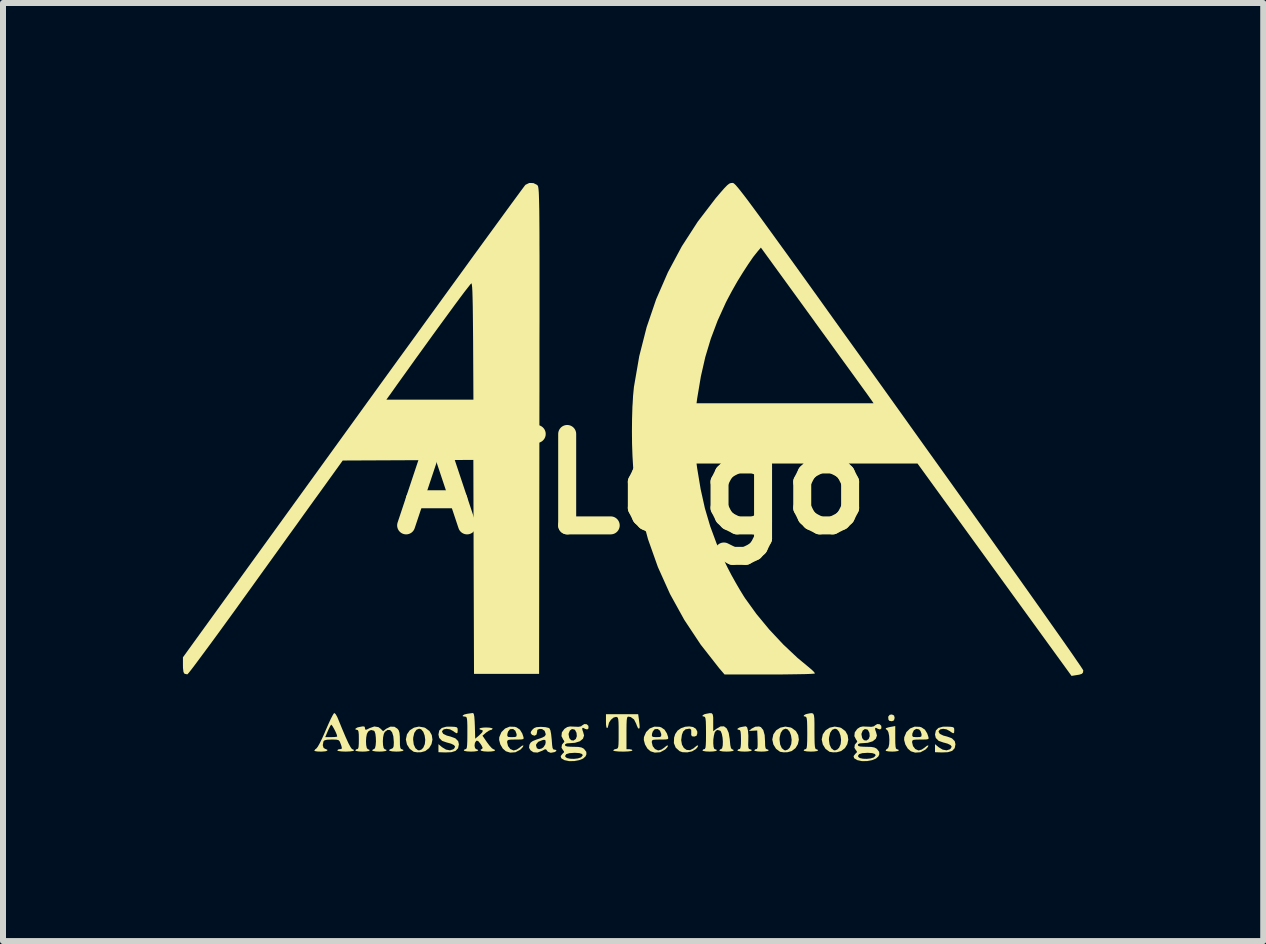
<source format=kicad_pcb>
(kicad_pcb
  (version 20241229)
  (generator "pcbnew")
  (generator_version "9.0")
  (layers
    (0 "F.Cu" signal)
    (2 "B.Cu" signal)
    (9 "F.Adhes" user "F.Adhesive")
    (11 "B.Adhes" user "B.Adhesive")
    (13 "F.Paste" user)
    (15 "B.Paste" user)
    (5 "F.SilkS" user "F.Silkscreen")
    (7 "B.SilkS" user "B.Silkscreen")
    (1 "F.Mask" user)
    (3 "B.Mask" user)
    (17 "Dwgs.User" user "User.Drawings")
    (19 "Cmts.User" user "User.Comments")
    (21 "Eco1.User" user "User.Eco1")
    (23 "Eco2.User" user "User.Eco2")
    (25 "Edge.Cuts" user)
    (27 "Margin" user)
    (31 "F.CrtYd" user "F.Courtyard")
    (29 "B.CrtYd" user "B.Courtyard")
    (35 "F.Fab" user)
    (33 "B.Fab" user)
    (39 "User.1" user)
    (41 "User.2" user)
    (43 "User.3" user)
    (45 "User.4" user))
  (footprint "ATLogo"
    (layer "F.Cu")
    (at 7.495 5.02)
    (property "Reference" "ATLogo" (at 0 0 0) (layer "F.SilkS") (effects (font (size 1.524 1.524) (thickness 0.3))))
    (attr board_only exclude_from_pos_files exclude_from_bom)
    (fp_poly (pts (xy 4.361 3.859) (xy 4.371 3.898) (xy 4.36 3.94) (xy 4.325 3.955) (xy 4.283 3.948) (xy 4.268 3.93) (xy 4.263 3.88) (xy 4.288 3.848) (xy 4.325 3.842)) (stroke (width 0) (type solid)) (fill yes) (layer "F.SilkS"))
    (fp_poly (pts (xy 2.142 4.054) (xy 2.181 4.103) (xy 2.204 4.186) (xy 2.21 4.289) (xy 2.212 4.363) (xy 2.219 4.404) (xy 2.233 4.42) (xy 2.241 4.421) (xy 2.267 4.432) (xy 2.271 4.441) (xy 2.252 4.452) (xy 2.205 4.459) (xy 2.15 4.461) (xy 2.086 4.458) (xy 2.042 4.45) (xy 2.03 4.441) (xy 2.046 4.423) (xy 2.061 4.421) (xy 2.076 4.415) (xy 2.085 4.39) (xy 2.087 4.341) (xy 2.086 4.265) (xy 2.08 4.109) (xy 2.009 4.113) (xy 1.939 4.116) (xy 1.987 4.078) (xy 2.048 4.046) (xy 2.11 4.042)) (stroke (width 0) (type solid)) (fill yes) (layer "F.SilkS"))
    (fp_poly (pts (xy 4.381 4.228) (xy 4.382 4.319) (xy 4.386 4.378) (xy 4.393 4.409) (xy 4.406 4.42) (xy 4.411 4.421) (xy 4.438 4.432) (xy 4.441 4.441) (xy 4.423 4.452) (xy 4.376 4.459) (xy 4.33 4.461) (xy 4.27 4.458) (xy 4.23 4.451) (xy 4.22 4.443) (xy 4.236 4.421) (xy 4.25 4.414) (xy 4.269 4.387) (xy 4.28 4.334) (xy 4.283 4.267) (xy 4.279 4.198) (xy 4.267 4.139) (xy 4.249 4.104) (xy 4.245 4.102) (xy 4.221 4.083) (xy 4.229 4.069) (xy 4.271 4.056) (xy 4.305 4.049) (xy 4.381 4.035)) (stroke (width 0) (type solid)) (fill yes) (layer "F.SilkS"))
    (fp_poly (pts (xy 1.912 4.058) (xy 1.926 4.113) (xy 1.932 4.199) (xy 1.931 4.275) (xy 1.929 4.352) (xy 1.933 4.396) (xy 1.943 4.417) (xy 1.957 4.421) (xy 1.985 4.431) (xy 1.989 4.441) (xy 1.971 4.452) (xy 1.923 4.459) (xy 1.869 4.461) (xy 1.805 4.458) (xy 1.761 4.45) (xy 1.748 4.441) (xy 1.765 4.423) (xy 1.778 4.421) (xy 1.794 4.413) (xy 1.803 4.386) (xy 1.808 4.331) (xy 1.809 4.26) (xy 1.807 4.178) (xy 1.802 4.128) (xy 1.792 4.104) (xy 1.778 4.099) (xy 1.75 4.092) (xy 1.753 4.077) (xy 1.783 4.059) (xy 1.811 4.052) (xy 1.86 4.043) (xy 1.89 4.039) (xy 1.89 4.039)) (stroke (width 0) (type solid)) (fill yes) (layer "F.SilkS"))
    (fp_poly (pts (xy -3.473 4.059) (xy -3.452 4.068) (xy -3.384 4.119) (xy -3.346 4.186) (xy -3.335 4.262) (xy -3.351 4.337) (xy -3.391 4.403) (xy -3.454 4.452) (xy -3.527 4.472) (xy -3.59 4.473) (xy -3.642 4.465) (xy -3.649 4.463) (xy -3.714 4.415) (xy -3.76 4.342) (xy -3.778 4.26) (xy -3.657 4.26) (xy -3.647 4.342) (xy -3.619 4.404) (xy -3.578 4.437) (xy -3.557 4.441) (xy -3.517 4.426) (xy -3.488 4.396) (xy -3.462 4.336) (xy -3.455 4.265) (xy -3.465 4.193) (xy -3.488 4.131) (xy -3.523 4.09) (xy -3.557 4.079) (xy -3.602 4.098) (xy -3.637 4.148) (xy -3.655 4.222) (xy -3.657 4.26) (xy -3.778 4.26) (xy -3.778 4.259) (xy -3.778 4.258) (xy -3.76 4.173) (xy -3.713 4.106) (xy -3.643 4.062) (xy -3.561 4.044)) (stroke (width 0) (type solid)) (fill yes) (layer "F.SilkS"))
    (fp_poly (pts (xy 2.636 4.059) (xy 2.657 4.068) (xy 2.725 4.119) (xy 2.763 4.186) (xy 2.774 4.262) (xy 2.758 4.337) (xy 2.718 4.403) (xy 2.655 4.452) (xy 2.582 4.472) (xy 2.519 4.473) (xy 2.467 4.465) (xy 2.459 4.463) (xy 2.394 4.415) (xy 2.349 4.342) (xy 2.331 4.26) (xy 2.452 4.26) (xy 2.462 4.342) (xy 2.49 4.404) (xy 2.531 4.437) (xy 2.552 4.441) (xy 2.591 4.426) (xy 2.621 4.396) (xy 2.647 4.336) (xy 2.654 4.265) (xy 2.644 4.193) (xy 2.621 4.131) (xy 2.586 4.09) (xy 2.552 4.079) (xy 2.507 4.098) (xy 2.472 4.148) (xy 2.454 4.222) (xy 2.452 4.26) (xy 2.331 4.26) (xy 2.331 4.259) (xy 2.331 4.258) (xy 2.349 4.173) (xy 2.396 4.106) (xy 2.465 4.062) (xy 2.548 4.044)) (stroke (width 0) (type solid)) (fill yes) (layer "F.SilkS"))
    (fp_poly (pts (xy 3.46 4.059) (xy 3.481 4.068) (xy 3.549 4.119) (xy 3.587 4.186) (xy 3.598 4.262) (xy 3.582 4.337) (xy 3.542 4.403) (xy 3.479 4.452) (xy 3.406 4.472) (xy 3.343 4.473) (xy 3.29 4.465) (xy 3.283 4.463) (xy 3.218 4.415) (xy 3.173 4.342) (xy 3.155 4.26) (xy 3.275 4.26) (xy 3.286 4.342) (xy 3.314 4.404) (xy 3.355 4.437) (xy 3.376 4.441) (xy 3.415 4.426) (xy 3.445 4.396) (xy 3.471 4.336) (xy 3.478 4.265) (xy 3.468 4.193) (xy 3.445 4.131) (xy 3.41 4.09) (xy 3.376 4.079) (xy 3.33 4.098) (xy 3.296 4.148) (xy 3.278 4.222) (xy 3.275 4.26) (xy 3.155 4.26) (xy 3.155 4.259) (xy 3.155 4.258) (xy 3.173 4.173) (xy 3.22 4.106) (xy 3.289 4.062) (xy 3.372 4.044)) (stroke (width 0) (type solid)) (fill yes) (layer "F.SilkS"))
    (fp_poly (pts (xy 3.014 3.83) (xy 3.026 3.858) (xy 3.032 3.908) (xy 3.034 3.988) (xy 3.034 4.101) (xy 3.034 4.119) (xy 3.035 4.237) (xy 3.037 4.321) (xy 3.041 4.375) (xy 3.048 4.406) (xy 3.057 4.419) (xy 3.064 4.421) (xy 3.091 4.432) (xy 3.095 4.441) (xy 3.076 4.452) (xy 3.029 4.459) (xy 2.974 4.461) (xy 2.91 4.458) (xy 2.866 4.45) (xy 2.853 4.441) (xy 2.87 4.423) (xy 2.884 4.421) (xy 2.896 4.415) (xy 2.905 4.394) (xy 2.91 4.352) (xy 2.913 4.283) (xy 2.914 4.18) (xy 2.914 4.15) (xy 2.913 4.038) (xy 2.911 3.962) (xy 2.906 3.913) (xy 2.898 3.888) (xy 2.887 3.879) (xy 2.884 3.878) (xy 2.855 3.871) (xy 2.858 3.856) (xy 2.888 3.838) (xy 2.916 3.831) (xy 2.961 3.822) (xy 2.993 3.82)) (stroke (width 0) (type solid)) (fill yes) (layer "F.SilkS"))
    (fp_poly (pts (xy 1.008 4.051) (xy 1.056 4.08) (xy 1.08 4.125) (xy 1.081 4.157) (xy 1.068 4.197) (xy 1.033 4.21) (xy 1.025 4.21) (xy 0.991 4.205) (xy 0.979 4.182) (xy 0.98 4.145) (xy 0.979 4.099) (xy 0.962 4.081) (xy 0.946 4.079) (xy 0.884 4.09) (xy 0.845 4.126) (xy 0.824 4.181) (xy 0.812 4.27) (xy 0.825 4.345) (xy 0.857 4.401) (xy 0.903 4.433) (xy 0.959 4.437) (xy 1.018 4.407) (xy 1.035 4.392) (xy 1.07 4.364) (xy 1.092 4.357) (xy 1.094 4.359) (xy 1.088 4.382) (xy 1.059 4.417) (xy 1.056 4.42) (xy 0.993 4.457) (xy 0.913 4.474) (xy 0.833 4.471) (xy 0.786 4.454) (xy 0.721 4.396) (xy 0.69 4.319) (xy 0.694 4.227) (xy 0.713 4.168) (xy 0.752 4.111) (xy 0.809 4.071) (xy 0.877 4.047) (xy 0.946 4.041)) (stroke (width 0) (type solid)) (fill yes) (layer "F.SilkS"))
    (fp_poly (pts (xy 5.311 4.048) (xy 5.347 4.055) (xy 5.362 4.071) (xy 5.365 4.1) (xy 5.365 4.104) (xy 5.362 4.146) (xy 5.347 4.156) (xy 5.314 4.137) (xy 5.29 4.119) (xy 5.236 4.09) (xy 5.179 4.081) (xy 5.132 4.09) (xy 5.106 4.117) (xy 5.104 4.131) (xy 5.124 4.165) (xy 5.183 4.194) (xy 5.245 4.21) (xy 5.326 4.24) (xy 5.373 4.287) (xy 5.385 4.339) (xy 5.372 4.404) (xy 5.331 4.448) (xy 5.259 4.471) (xy 5.158 4.475) (xy 5.044 4.471) (xy 5.044 4.337) (xy 5.106 4.389) (xy 5.171 4.428) (xy 5.237 4.44) (xy 5.291 4.423) (xy 5.307 4.409) (xy 5.322 4.379) (xy 5.305 4.355) (xy 5.298 4.35) (xy 5.255 4.329) (xy 5.195 4.312) (xy 5.188 4.311) (xy 5.105 4.282) (xy 5.057 4.234) (xy 5.044 4.177) (xy 5.058 4.11) (xy 5.1 4.067) (xy 5.174 4.046) (xy 5.244 4.045)) (stroke (width 0) (type solid)) (fill yes) (layer "F.SilkS"))
    (fp_poly (pts (xy -2.968 4.048) (xy -2.932 4.055) (xy -2.917 4.071) (xy -2.914 4.1) (xy -2.914 4.104) (xy -2.917 4.146) (xy -2.932 4.156) (xy -2.965 4.137) (xy -2.989 4.119) (xy -3.043 4.09) (xy -3.1 4.081) (xy -3.147 4.09) (xy -3.173 4.117) (xy -3.175 4.131) (xy -3.155 4.165) (xy -3.096 4.194) (xy -3.034 4.21) (xy -2.953 4.24) (xy -2.906 4.287) (xy -2.894 4.339) (xy -2.907 4.404) (xy -2.948 4.448) (xy -3.02 4.471) (xy -3.121 4.475) (xy -3.235 4.471) (xy -3.235 4.404) (xy -3.235 4.337) (xy -3.173 4.389) (xy -3.108 4.428) (xy -3.042 4.44) (xy -2.988 4.423) (xy -2.972 4.409) (xy -2.957 4.379) (xy -2.974 4.355) (xy -2.981 4.35) (xy -3.024 4.329) (xy -3.084 4.312) (xy -3.091 4.311) (xy -3.174 4.282) (xy -3.222 4.234) (xy -3.235 4.177) (xy -3.222 4.11) (xy -3.179 4.067) (xy -3.105 4.046) (xy -3.035 4.045)) (stroke (width 0) (type solid)) (fill yes) (layer "F.SilkS"))
    (fp_poly (pts (xy -1.963 4.048) (xy -1.931 4.058) (xy -1.877 4.095) (xy -1.838 4.158) (xy -1.819 4.215) (xy -1.814 4.238) (xy -1.822 4.252) (xy -1.851 4.258) (xy -1.909 4.26) (xy -1.948 4.26) (xy -2.022 4.261) (xy -2.064 4.265) (xy -2.084 4.276) (xy -2.09 4.296) (xy -2.09 4.306) (xy -2.075 4.369) (xy -2.037 4.418) (xy -1.985 4.441) (xy -1.977 4.441) (xy -1.929 4.427) (xy -1.88 4.394) (xy -1.878 4.392) (xy -1.843 4.364) (xy -1.821 4.358) (xy -1.819 4.36) (xy -1.826 4.382) (xy -1.857 4.417) (xy -1.87 4.429) (xy -1.951 4.472) (xy -2.039 4.478) (xy -2.11 4.456) (xy -2.162 4.411) (xy -2.203 4.342) (xy -2.223 4.267) (xy -2.221 4.221) (xy -2.212 4.2) (xy -2.087 4.2) (xy -2.072 4.216) (xy -2.03 4.22) (xy -2.009 4.22) (xy -1.957 4.218) (xy -1.935 4.207) (xy -1.931 4.18) (xy -1.933 4.167) (xy -1.953 4.113) (xy -1.991 4.084) (xy -2.036 4.087) (xy -2.045 4.091) (xy -2.074 4.127) (xy -2.086 4.167) (xy -2.087 4.2) (xy -2.212 4.2) (xy -2.185 4.136) (xy -2.124 4.076) (xy -2.048 4.045)) (stroke (width 0) (type solid)) (fill yes) (layer "F.SilkS"))
    (fp_poly (pts (xy 0.449 4.048) (xy 0.48 4.058) (xy 0.534 4.095) (xy 0.574 4.158) (xy 0.593 4.215) (xy 0.597 4.238) (xy 0.589 4.252) (xy 0.56 4.258) (xy 0.502 4.26) (xy 0.464 4.26) (xy 0.39 4.261) (xy 0.347 4.265) (xy 0.327 4.276) (xy 0.322 4.296) (xy 0.322 4.306) (xy 0.337 4.369) (xy 0.375 4.418) (xy 0.426 4.441) (xy 0.434 4.441) (xy 0.483 4.427) (xy 0.532 4.394) (xy 0.533 4.392) (xy 0.568 4.364) (xy 0.591 4.358) (xy 0.592 4.36) (xy 0.585 4.382) (xy 0.555 4.417) (xy 0.541 4.429) (xy 0.461 4.472) (xy 0.372 4.478) (xy 0.301 4.456) (xy 0.249 4.411) (xy 0.209 4.342) (xy 0.189 4.267) (xy 0.191 4.221) (xy 0.199 4.2) (xy 0.324 4.2) (xy 0.34 4.216) (xy 0.382 4.22) (xy 0.402 4.22) (xy 0.454 4.218) (xy 0.477 4.207) (xy 0.48 4.18) (xy 0.479 4.167) (xy 0.459 4.113) (xy 0.421 4.084) (xy 0.375 4.087) (xy 0.367 4.091) (xy 0.338 4.127) (xy 0.325 4.167) (xy 0.324 4.2) (xy 0.199 4.2) (xy 0.227 4.136) (xy 0.287 4.076) (xy 0.364 4.045)) (stroke (width 0) (type solid)) (fill yes) (layer "F.SilkS"))
    (fp_poly (pts (xy 4.789 4.048) (xy 4.82 4.058) (xy 4.875 4.095) (xy 4.914 4.158) (xy 4.933 4.215) (xy 4.938 4.238) (xy 4.93 4.252) (xy 4.901 4.258) (xy 4.843 4.26) (xy 4.804 4.26) (xy 4.73 4.261) (xy 4.687 4.265) (xy 4.668 4.276) (xy 4.662 4.296) (xy 4.662 4.306) (xy 4.677 4.369) (xy 4.715 4.418) (xy 4.766 4.441) (xy 4.775 4.441) (xy 4.823 4.427) (xy 4.872 4.394) (xy 4.874 4.392) (xy 4.909 4.364) (xy 4.931 4.358) (xy 4.933 4.36) (xy 4.926 4.382) (xy 4.895 4.417) (xy 4.882 4.429) (xy 4.801 4.472) (xy 4.713 4.478) (xy 4.642 4.456) (xy 4.59 4.411) (xy 4.549 4.342) (xy 4.529 4.267) (xy 4.531 4.221) (xy 4.54 4.2) (xy 4.665 4.2) (xy 4.68 4.216) (xy 4.722 4.22) (xy 4.742 4.22) (xy 4.795 4.218) (xy 4.817 4.207) (xy 4.82 4.18) (xy 4.819 4.167) (xy 4.802 4.118) (xy 4.778 4.091) (xy 4.732 4.082) (xy 4.692 4.105) (xy 4.668 4.155) (xy 4.666 4.167) (xy 4.665 4.2) (xy 4.54 4.2) (xy 4.567 4.136) (xy 4.628 4.076) (xy 4.704 4.045)) (stroke (width 0) (type solid)) (fill yes) (layer "F.SilkS"))
    (fp_poly (pts (xy 0.108 3.931) (xy 0.117 4.009) (xy 0.12 4.054) (xy 0.114 4.075) (xy 0.104 4.079) (xy 0.088 4.062) (xy 0.069 4.018) (xy 0.063 3.999) (xy 0.026 3.925) (xy -0.029 3.885) (xy -0.069 3.878) (xy -0.082 3.883) (xy -0.091 3.902) (xy -0.096 3.941) (xy -0.099 4.006) (xy -0.1 4.102) (xy -0.1 4.15) (xy -0.1 4.421) (xy -0.05 4.421) (xy -0.012 4.428) (xy 0 4.441) (xy -0.019 4.451) (xy -0.07 4.458) (xy -0.146 4.461) (xy -0.161 4.461) (xy -0.235 4.459) (xy -0.292 4.453) (xy -0.32 4.445) (xy -0.322 4.442) (xy -0.304 4.425) (xy -0.276 4.417) (xy -0.258 4.413) (xy -0.245 4.402) (xy -0.237 4.379) (xy -0.233 4.335) (xy -0.231 4.265) (xy -0.231 4.163) (xy -0.231 4.15) (xy -0.231 4.043) (xy -0.233 3.97) (xy -0.237 3.924) (xy -0.244 3.898) (xy -0.256 3.887) (xy -0.274 3.882) (xy -0.274 3.882) (xy -0.316 3.894) (xy -0.36 3.931) (xy -0.392 3.98) (xy -0.402 4.021) (xy -0.412 4.058) (xy -0.422 4.069) (xy -0.434 4.059) (xy -0.441 4.012) (xy -0.442 3.96) (xy -0.442 3.838) (xy 0.095 3.838)) (stroke (width 0) (type solid)) (fill yes) (layer "F.SilkS"))
    (fp_poly (pts (xy -1.449 4.054) (xy -1.398 4.066) (xy -1.383 4.075) (xy -1.368 4.108) (xy -1.356 4.172) (xy -1.347 4.256) (xy -1.346 4.266) (xy -1.34 4.348) (xy -1.333 4.398) (xy -1.322 4.422) (xy -1.305 4.428) (xy -1.301 4.428) (xy -1.27 4.435) (xy -1.272 4.453) (xy -1.298 4.469) (xy -1.363 4.481) (xy -1.411 4.463) (xy -1.424 4.446) (xy -1.44 4.424) (xy -1.461 4.423) (xy -1.5 4.444) (xy -1.504 4.446) (xy -1.583 4.477) (xy -1.652 4.472) (xy -1.699 4.44) (xy -1.724 4.399) (xy -1.72 4.36) (xy -1.608 4.36) (xy -1.594 4.405) (xy -1.559 4.421) (xy -1.511 4.408) (xy -1.484 4.388) (xy -1.454 4.342) (xy -1.447 4.305) (xy -1.452 4.271) (xy -1.474 4.264) (xy -1.502 4.27) (xy -1.572 4.298) (xy -1.605 4.339) (xy -1.608 4.36) (xy -1.72 4.36) (xy -1.719 4.35) (xy -1.717 4.345) (xy -1.698 4.311) (xy -1.664 4.286) (xy -1.603 4.261) (xy -1.572 4.251) (xy -1.503 4.227) (xy -1.464 4.206) (xy -1.448 4.182) (xy -1.447 4.168) (xy -1.464 4.115) (xy -1.508 4.085) (xy -1.551 4.083) (xy -1.586 4.098) (xy -1.591 4.135) (xy -1.6 4.177) (xy -1.631 4.196) (xy -1.671 4.184) (xy -1.68 4.176) (xy -1.698 4.151) (xy -1.69 4.124) (xy -1.671 4.098) (xy -1.64 4.069) (xy -1.601 4.054) (xy -1.539 4.049) (xy -1.52 4.049)) (stroke (width 0) (type solid)) (fill yes) (layer "F.SilkS"))
    (fp_poly (pts (xy 1.322 3.822) (xy 1.339 3.844) (xy 1.346 3.892) (xy 1.346 3.97) (xy 1.346 4.122) (xy 1.399 4.081) (xy 1.469 4.041) (xy 1.526 4.04) (xy 1.572 4.076) (xy 1.604 4.148) (xy 1.622 4.255) (xy 1.623 4.27) (xy 1.631 4.354) (xy 1.642 4.402) (xy 1.657 4.42) (xy 1.66 4.421) (xy 1.685 4.433) (xy 1.688 4.441) (xy 1.67 4.452) (xy 1.622 4.459) (xy 1.567 4.461) (xy 1.503 4.458) (xy 1.46 4.45) (xy 1.447 4.441) (xy 1.463 4.423) (xy 1.478 4.421) (xy 1.495 4.403) (xy 1.505 4.358) (xy 1.507 4.295) (xy 1.502 4.228) (xy 1.49 4.167) (xy 1.473 4.124) (xy 1.462 4.112) (xy 1.418 4.1) (xy 1.392 4.112) (xy 1.371 4.141) (xy 1.357 4.195) (xy 1.348 4.26) (xy 1.347 4.326) (xy 1.352 4.382) (xy 1.365 4.416) (xy 1.376 4.421) (xy 1.403 4.431) (xy 1.407 4.441) (xy 1.388 4.452) (xy 1.341 4.459) (xy 1.286 4.461) (xy 1.222 4.458) (xy 1.178 4.45) (xy 1.166 4.441) (xy 1.182 4.423) (xy 1.196 4.421) (xy 1.208 4.415) (xy 1.217 4.394) (xy 1.222 4.352) (xy 1.225 4.283) (xy 1.226 4.18) (xy 1.226 4.15) (xy 1.225 4.038) (xy 1.223 3.962) (xy 1.218 3.913) (xy 1.21 3.888) (xy 1.199 3.879) (xy 1.196 3.878) (xy 1.167 3.871) (xy 1.17 3.856) (xy 1.2 3.838) (xy 1.228 3.831) (xy 1.287 3.82)) (stroke (width 0) (type solid)) (fill yes) (layer "F.SilkS"))
    (fp_poly (pts (xy -4.95 3.835) (xy -4.925 3.878) (xy -4.914 3.903) (xy -4.841 4.081) (xy -4.782 4.22) (xy -4.735 4.323) (xy -4.699 4.389) (xy -4.676 4.419) (xy -4.67 4.421) (xy -4.645 4.432) (xy -4.642 4.441) (xy -4.661 4.451) (xy -4.71 4.458) (xy -4.782 4.461) (xy -4.783 4.461) (xy -4.855 4.458) (xy -4.905 4.451) (xy -4.923 4.441) (xy -4.923 4.441) (xy -4.906 4.425) (xy -4.883 4.421) (xy -4.854 4.418) (xy -4.845 4.403) (xy -4.853 4.366) (xy -4.867 4.327) (xy -4.882 4.29) (xy -4.901 4.27) (xy -4.935 4.262) (xy -4.996 4.26) (xy -5.016 4.26) (xy -5.09 4.263) (xy -5.132 4.272) (xy -5.152 4.29) (xy -5.152 4.292) (xy -5.164 4.354) (xy -5.15 4.399) (xy -5.124 4.415) (xy -5.088 4.43) (xy -5.088 4.445) (xy -5.12 4.456) (xy -5.181 4.461) (xy -5.195 4.461) (xy -5.255 4.459) (xy -5.295 4.452) (xy -5.305 4.446) (xy -5.29 4.424) (xy -5.268 4.407) (xy -5.248 4.381) (xy -5.216 4.325) (xy -5.177 4.246) (xy -5.165 4.22) (xy -5.123 4.22) (xy -5.023 4.22) (xy -4.966 4.218) (xy -4.93 4.213) (xy -4.923 4.209) (xy -4.931 4.176) (xy -4.951 4.129) (xy -4.977 4.078) (xy -5.002 4.035) (xy -5.021 4.013) (xy -5.025 4.013) (xy -5.042 4.04) (xy -5.067 4.09) (xy -5.082 4.124) (xy -5.123 4.22) (xy -5.165 4.22) (xy -5.134 4.151) (xy -5.113 4.101) (xy -5.07 4.003) (xy -5.032 3.92) (xy -5 3.858) (xy -4.978 3.823) (xy -4.971 3.818)) (stroke (width 0) (type solid)) (fill yes) (layer "F.SilkS"))
    (fp_poly (pts (xy -2.646 3.833) (xy -2.637 3.878) (xy -2.631 3.959) (xy -2.628 4.032) (xy -2.622 4.246) (xy -2.557 4.191) (xy -2.508 4.143) (xy -2.493 4.113) (xy -2.514 4.1) (xy -2.522 4.099) (xy -2.549 4.089) (xy -2.552 4.079) (xy -2.534 4.068) (xy -2.487 4.061) (xy -2.442 4.059) (xy -2.381 4.062) (xy -2.341 4.071) (xy -2.331 4.079) (xy -2.347 4.097) (xy -2.36 4.099) (xy -2.394 4.112) (xy -2.438 4.142) (xy -2.445 4.148) (xy -2.501 4.196) (xy -2.424 4.308) (xy -2.381 4.365) (xy -2.343 4.406) (xy -2.319 4.421) (xy -2.293 4.433) (xy -2.291 4.441) (xy -2.309 4.452) (xy -2.357 4.459) (xy -2.411 4.461) (xy -2.479 4.457) (xy -2.522 4.447) (xy -2.535 4.433) (xy -2.513 4.418) (xy -2.507 4.416) (xy -2.498 4.398) (xy -2.517 4.357) (xy -2.532 4.335) (xy -2.567 4.29) (xy -2.593 4.278) (xy -2.607 4.284) (xy -2.627 4.317) (xy -2.633 4.362) (xy -2.625 4.402) (xy -2.605 4.421) (xy -2.602 4.421) (xy -2.576 4.432) (xy -2.572 4.441) (xy -2.59 4.452) (xy -2.638 4.459) (xy -2.693 4.461) (xy -2.757 4.458) (xy -2.8 4.45) (xy -2.813 4.441) (xy -2.797 4.423) (xy -2.783 4.421) (xy -2.771 4.415) (xy -2.762 4.394) (xy -2.757 4.352) (xy -2.754 4.283) (xy -2.753 4.18) (xy -2.753 4.15) (xy -2.753 4.041) (xy -2.755 3.965) (xy -2.759 3.918) (xy -2.766 3.892) (xy -2.776 3.881) (xy -2.792 3.878) (xy -2.793 3.878) (xy -2.829 3.872) (xy -2.83 3.859) (xy -2.803 3.842) (xy -2.758 3.831) (xy -2.702 3.823) (xy -2.662 3.818) (xy -2.658 3.818)) (stroke (width 0) (type solid)) (fill yes) (layer "F.SilkS"))
    (fp_poly (pts (xy -0.762 4.005) (xy -0.735 4.032) (xy -0.733 4.073) (xy -0.755 4.092) (xy -0.791 4.082) (xy -0.793 4.08) (xy -0.826 4.063) (xy -0.84 4.077) (xy -0.83 4.116) (xy -0.824 4.129) (xy -0.807 4.193) (xy -0.826 4.247) (xy -0.878 4.289) (xy -0.958 4.314) (xy -1.036 4.32) (xy -1.095 4.324) (xy -1.122 4.338) (xy -1.125 4.351) (xy -1.117 4.367) (xy -1.087 4.376) (xy -1.029 4.38) (xy -0.985 4.381) (xy -0.904 4.383) (xy -0.852 4.392) (xy -0.817 4.409) (xy -0.804 4.421) (xy -0.77 4.465) (xy -0.768 4.506) (xy -0.783 4.541) (xy -0.823 4.577) (xy -0.89 4.604) (xy -0.972 4.619) (xy -1.056 4.62) (xy -1.132 4.604) (xy -1.138 4.602) (xy -1.187 4.572) (xy -1.197 4.537) (xy -1.192 4.53) (xy -1.122 4.53) (xy -1.119 4.549) (xy -1.092 4.569) (xy -1.04 4.58) (xy -0.975 4.582) (xy -0.911 4.575) (xy -0.862 4.559) (xy -0.855 4.555) (xy -0.829 4.524) (xy -0.84 4.501) (xy -0.887 4.486) (xy -0.961 4.481) (xy -1.051 4.487) (xy -1.104 4.503) (xy -1.122 4.53) (xy -1.192 4.53) (xy -1.169 4.5) (xy -1.141 4.472) (xy -1.144 4.452) (xy -1.156 4.441) (xy -1.183 4.396) (xy -1.176 4.346) (xy -1.155 4.32) (xy -1.135 4.297) (xy -1.145 4.272) (xy -1.155 4.261) (xy -1.184 4.203) (xy -1.181 4.178) (xy -1.065 4.178) (xy -1.053 4.236) (xy -1.023 4.271) (xy -0.983 4.277) (xy -0.945 4.251) (xy -0.928 4.204) (xy -0.933 4.148) (xy -0.957 4.102) (xy -0.968 4.093) (xy -1.009 4.085) (xy -1.044 4.11) (xy -1.064 4.159) (xy -1.065 4.178) (xy -1.181 4.178) (xy -1.177 4.14) (xy -1.136 4.084) (xy -1.13 4.079) (xy -1.088 4.052) (xy -1.042 4.042) (xy -0.974 4.045) (xy -0.971 4.045) (xy -0.899 4.048) (xy -0.856 4.039) (xy -0.843 4.027) (xy -0.803 4.002)) (stroke (width 0) (type solid)) (fill yes) (layer "F.SilkS"))
    (fp_poly (pts (xy 4.122 4.005) (xy 4.148 4.032) (xy 4.15 4.073) (xy 4.128 4.092) (xy 4.092 4.082) (xy 4.09 4.08) (xy 4.057 4.063) (xy 4.043 4.077) (xy 4.053 4.116) (xy 4.059 4.129) (xy 4.076 4.193) (xy 4.057 4.247) (xy 4.005 4.289) (xy 3.925 4.314) (xy 3.847 4.32) (xy 3.788 4.324) (xy 3.761 4.338) (xy 3.758 4.351) (xy 3.766 4.367) (xy 3.796 4.376) (xy 3.854 4.38) (xy 3.898 4.381) (xy 3.979 4.383) (xy 4.031 4.392) (xy 4.066 4.409) (xy 4.079 4.421) (xy 4.113 4.465) (xy 4.115 4.506) (xy 4.1 4.541) (xy 4.06 4.577) (xy 3.993 4.604) (xy 3.911 4.619) (xy 3.827 4.62) (xy 3.751 4.604) (xy 3.745 4.602) (xy 3.696 4.572) (xy 3.686 4.537) (xy 3.691 4.53) (xy 3.761 4.53) (xy 3.764 4.549) (xy 3.791 4.569) (xy 3.843 4.58) (xy 3.908 4.582) (xy 3.972 4.575) (xy 4.021 4.559) (xy 4.028 4.555) (xy 4.055 4.524) (xy 4.043 4.501) (xy 3.996 4.486) (xy 3.922 4.481) (xy 3.832 4.487) (xy 3.779 4.503) (xy 3.761 4.53) (xy 3.691 4.53) (xy 3.714 4.5) (xy 3.742 4.472) (xy 3.739 4.452) (xy 3.727 4.441) (xy 3.7 4.396) (xy 3.707 4.346) (xy 3.728 4.32) (xy 3.748 4.297) (xy 3.738 4.272) (xy 3.728 4.261) (xy 3.699 4.203) (xy 3.702 4.178) (xy 3.818 4.178) (xy 3.83 4.236) (xy 3.86 4.271) (xy 3.9 4.277) (xy 3.938 4.251) (xy 3.955 4.204) (xy 3.95 4.148) (xy 3.926 4.102) (xy 3.915 4.093) (xy 3.874 4.085) (xy 3.839 4.11) (xy 3.819 4.159) (xy 3.818 4.178) (xy 3.702 4.178) (xy 3.706 4.14) (xy 3.747 4.084) (xy 3.753 4.079) (xy 3.795 4.052) (xy 3.841 4.042) (xy 3.909 4.045) (xy 3.912 4.045) (xy 3.984 4.048) (xy 4.027 4.039) (xy 4.04 4.027) (xy 4.08 4.002)) (stroke (width 0) (type solid)) (fill yes) (layer "F.SilkS"))
    (fp_poly (pts (xy -4.472 4.042) (xy -4.462 4.056) (xy -4.461 4.069) (xy -4.455 4.094) (xy -4.431 4.094) (xy -4.383 4.07) (xy -4.381 4.069) (xy -4.304 4.042) (xy -4.236 4.053) (xy -4.199 4.08) (xy -4.158 4.121) (xy -4.106 4.08) (xy -4.036 4.045) (xy -3.969 4.047) (xy -3.919 4.079) (xy -3.897 4.108) (xy -3.885 4.148) (xy -3.879 4.211) (xy -3.878 4.27) (xy -3.877 4.35) (xy -3.871 4.396) (xy -3.86 4.417) (xy -3.848 4.421) (xy -3.821 4.432) (xy -3.818 4.441) (xy -3.836 4.452) (xy -3.884 4.459) (xy -3.939 4.461) (xy -4.008 4.457) (xy -4.049 4.448) (xy -4.06 4.435) (xy -4.034 4.42) (xy -4.019 4.415) (xy -3.994 4.402) (xy -3.982 4.372) (xy -3.979 4.314) (xy -3.979 4.304) (xy -3.987 4.206) (xy -4.008 4.138) (xy -4.041 4.102) (xy -4.084 4.1) (xy -4.128 4.131) (xy -4.146 4.167) (xy -4.158 4.223) (xy -4.162 4.289) (xy -4.159 4.351) (xy -4.149 4.399) (xy -4.132 4.421) (xy -4.13 4.421) (xy -4.103 4.432) (xy -4.099 4.441) (xy -4.118 4.452) (xy -4.165 4.459) (xy -4.22 4.461) (xy -4.284 4.458) (xy -4.328 4.45) (xy -4.341 4.441) (xy -4.324 4.423) (xy -4.31 4.421) (xy -4.293 4.403) (xy -4.282 4.357) (xy -4.277 4.294) (xy -4.279 4.227) (xy -4.286 4.166) (xy -4.3 4.124) (xy -4.312 4.112) (xy -4.358 4.101) (xy -4.393 4.116) (xy -4.409 4.131) (xy -4.428 4.167) (xy -4.439 4.223) (xy -4.443 4.289) (xy -4.44 4.351) (xy -4.43 4.399) (xy -4.413 4.421) (xy -4.411 4.421) (xy -4.384 4.432) (xy -4.381 4.441) (xy -4.399 4.452) (xy -4.447 4.459) (xy -4.501 4.461) (xy -4.565 4.458) (xy -4.609 4.45) (xy -4.622 4.441) (xy -4.606 4.423) (xy -4.592 4.421) (xy -4.576 4.413) (xy -4.567 4.386) (xy -4.563 4.331) (xy -4.562 4.26) (xy -4.563 4.178) (xy -4.568 4.128) (xy -4.578 4.104) (xy -4.592 4.099) (xy -4.62 4.092) (xy -4.617 4.077) (xy -4.587 4.059) (xy -4.559 4.052) (xy -4.501 4.041)) (stroke (width 0) (type solid)) (fill yes) (layer "F.SilkS"))
    (fp_poly (pts (xy -1.653 -5.018) (xy -1.592 -4.988) (xy -1.587 -4.983) (xy -1.583 -4.978) (xy -1.578 -4.972) (xy -1.574 -4.962) (xy -1.571 -4.948) (xy -1.568 -4.927) (xy -1.565 -4.898) (xy -1.562 -4.859) (xy -1.56 -4.809) (xy -1.558 -4.746) (xy -1.556 -4.668) (xy -1.554 -4.574) (xy -1.553 -4.462) (xy -1.552 -4.331) (xy -1.551 -4.178) (xy -1.551 -4.002) (xy -1.55 -3.802) (xy -1.55 -3.575) (xy -1.55 -3.321) (xy -1.55 -3.037) (xy -1.55 -2.722) (xy -1.551 -2.374) (xy -1.551 -1.991) (xy -1.551 -1.573) (xy -1.552 -1.116) (xy -1.552 -0.889) (xy -1.557 3.165) (xy -2.642 3.165) (xy -2.648 1.381) (xy -2.653 -0.402) (xy -3.742 -0.397) (xy -4.831 -0.392) (xy -5.2 0.121) (xy -5.274 0.223) (xy -5.368 0.353) (xy -5.48 0.509) (xy -5.606 0.685) (xy -5.745 0.877) (xy -5.892 1.082) (xy -6.046 1.296) (xy -6.204 1.515) (xy -6.361 1.734) (xy -6.484 1.904) (xy -6.628 2.105) (xy -6.766 2.295) (xy -6.896 2.474) (xy -7.016 2.638) (xy -7.124 2.784) (xy -7.218 2.911) (xy -7.296 3.016) (xy -7.357 3.096) (xy -7.399 3.149) (xy -7.42 3.172) (xy -7.422 3.173) (xy -7.462 3.165) (xy -7.47 3.162) (xy -7.486 3.134) (xy -7.494 3.069) (xy -7.495 3.021) (xy -7.495 2.889) (xy -4.66 -1.032) (xy -4.403 -1.388) (xy -4.389 -1.407) (xy -4.103 -1.407) (xy -2.652 -1.407) (xy -2.657 -2.376) (xy -2.659 -2.613) (xy -2.661 -2.813) (xy -2.663 -2.976) (xy -2.666 -3.107) (xy -2.669 -3.207) (xy -2.673 -3.278) (xy -2.678 -3.323) (xy -2.683 -3.344) (xy -2.686 -3.346) (xy -2.702 -3.33) (xy -2.739 -3.283) (xy -2.797 -3.209) (xy -2.872 -3.109) (xy -2.964 -2.985) (xy -3.07 -2.84) (xy -3.19 -2.676) (xy -3.321 -2.496) (xy -3.461 -2.302) (xy -3.61 -2.096) (xy -3.764 -1.881) (xy -3.924 -1.658) (xy -4.006 -1.542) (xy -4.103 -1.407) (xy -4.389 -1.407) (xy -4.152 -1.735) (xy -3.908 -2.072) (xy -3.671 -2.398) (xy -3.444 -2.712) (xy -3.227 -3.011) (xy -3.021 -3.295) (xy -2.827 -3.562) (xy -2.647 -3.811) (xy -2.48 -4.04) (xy -2.329 -4.247) (xy -2.194 -4.432) (xy -2.076 -4.594) (xy -1.977 -4.729) (xy -1.897 -4.838) (xy -1.838 -4.918) (xy -1.8 -4.969) (xy -1.784 -4.989) (xy -1.784 -4.989) (xy -1.722 -5.019)) (stroke (width 0) (type solid)) (fill yes) (layer "F.SilkS"))
    (fp_poly (pts (xy 1.673 -5.02) (xy 1.681 -5.018) (xy 1.691 -5.011) (xy 1.704 -5) (xy 1.722 -4.983) (xy 1.744 -4.957) (xy 1.772 -4.924) (xy 1.807 -4.88) (xy 1.85 -4.825) (xy 1.901 -4.758) (xy 1.961 -4.678) (xy 2.031 -4.583) (xy 2.113 -4.472) (xy 2.206 -4.344) (xy 2.312 -4.198) (xy 2.432 -4.032) (xy 2.567 -3.846) (xy 2.717 -3.638) (xy 2.883 -3.407) (xy 3.066 -3.152) (xy 3.267 -2.871) (xy 3.487 -2.564) (xy 3.727 -2.23) (xy 3.988 -1.866) (xy 4.27 -1.472) (xy 4.574 -1.047) (xy 4.625 -0.975) (xy 4.929 -0.55) (xy 5.22 -0.144) (xy 5.496 0.243) (xy 5.757 0.609) (xy 6.003 0.954) (xy 6.232 1.277) (xy 6.445 1.576) (xy 6.64 1.851) (xy 6.818 2.102) (xy 6.976 2.327) (xy 7.116 2.525) (xy 7.236 2.696) (xy 7.335 2.838) (xy 7.413 2.952) (xy 7.47 3.035) (xy 7.504 3.087) (xy 7.516 3.108) (xy 7.511 3.143) (xy 7.493 3.164) (xy 7.45 3.178) (xy 7.401 3.186) (xy 7.32 3.199) (xy 6.036 1.429) (xy 4.752 -0.342) (xy 1.068 -0.342) (xy 1.078 -0.266) (xy 1.136 0.083) (xy 1.207 0.403) (xy 1.296 0.705) (xy 1.404 0.997) (xy 1.535 1.291) (xy 1.587 1.397) (xy 1.65 1.518) (xy 1.722 1.647) (xy 1.793 1.769) (xy 1.857 1.873) (xy 1.877 1.904) (xy 2.066 2.166) (xy 2.281 2.426) (xy 2.513 2.674) (xy 2.753 2.9) (xy 2.938 3.053) (xy 2.992 3.099) (xy 3.029 3.136) (xy 3.042 3.158) (xy 3.042 3.159) (xy 3.02 3.162) (xy 2.963 3.166) (xy 2.874 3.169) (xy 2.759 3.171) (xy 2.621 3.173) (xy 2.466 3.175) (xy 2.297 3.175) (xy 2.283 3.175) (xy 1.535 3.175) (xy 1.445 3.07) (xy 1.137 2.677) (xy 0.864 2.265) (xy 0.626 1.834) (xy 0.424 1.385) (xy 0.259 0.92) (xy 0.13 0.44) (xy 0.038 -0.054) (xy 0.027 -0.134) (xy 0.011 -0.285) (xy 0.000208 -0.467) (xy -0.007 -0.668) (xy -0.009 -0.879) (xy -0.007 -1.09) (xy -0.001 -1.291) (xy 0.003 -1.346) (xy 1.068 -1.346) (xy 4.02 -1.346) (xy 3.974 -1.413) (xy 3.955 -1.439) (xy 3.915 -1.496) (xy 3.854 -1.58) (xy 3.776 -1.688) (xy 3.682 -1.818) (xy 3.574 -1.967) (xy 3.454 -2.132) (xy 3.324 -2.312) (xy 3.186 -2.502) (xy 3.042 -2.7) (xy 3.035 -2.711) (xy 2.141 -3.942) (xy 2.084 -3.875) (xy 2.011 -3.783) (xy 1.928 -3.662) (xy 1.838 -3.523) (xy 1.746 -3.374) (xy 1.66 -3.222) (xy 1.583 -3.078) (xy 1.556 -3.025) (xy 1.419 -2.723) (xy 1.306 -2.423) (xy 1.214 -2.117) (xy 1.14 -1.793) (xy 1.081 -1.441) (xy 1.078 -1.422) (xy 1.068 -1.346) (xy 0.003 -1.346) (xy 0.01 -1.473) (xy 0.025 -1.625) (xy 0.027 -1.634) (xy 0.113 -2.132) (xy 0.236 -2.615) (xy 0.395 -3.081) (xy 0.591 -3.531) (xy 0.822 -3.962) (xy 1.088 -4.374) (xy 1.388 -4.766) (xy 1.467 -4.859) (xy 1.532 -4.933) (xy 1.579 -4.981) (xy 1.613 -5.008) (xy 1.642 -5.019) (xy 1.672 -5.02)) (stroke (width 0) (type solid)) (fill yes) (layer "F.SilkS")))
  (gr_rect
    (start -3 -3)
    (end 18.011 12.64)
    (stroke (width 0.1) (type default))
    (fill no)
    (layer "Edge.Cuts")))
</source>
